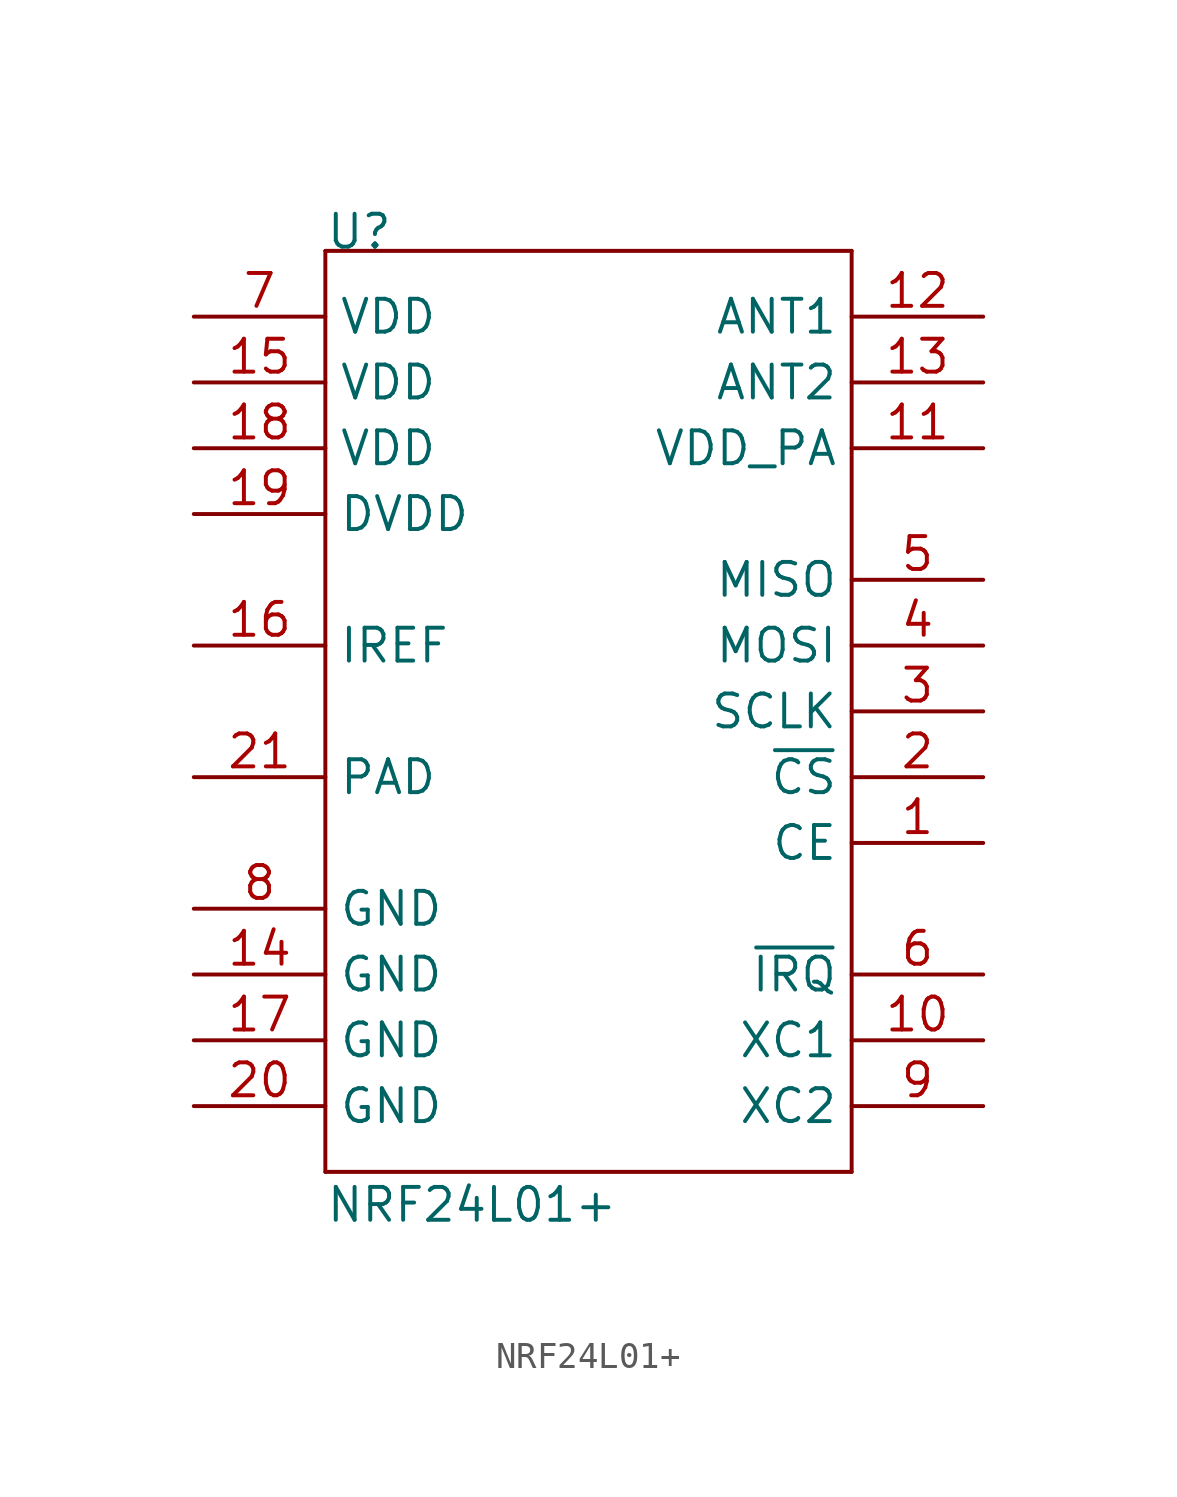
<source format=kicad_sym>
(kicad_symbol_lib
  (version 20211014)
  (generator kicad_symbol_editor)
  (symbol "NRF24L01+"
    (property "Reference" "U"
      (at 5.08 2.54 0)
      (effects (font (size 1.27 1.27)) (justify left bottom)))
    (property "Value" "NRF24L01+"
      (at 5.08 -34.29 0)
      (effects (font (size 1.27 1.27)) (justify left)))
    (symbol "NRF24L01+_0_1"
      (polyline (pts (xy 5.08 -33.02) (xy 25.4 -33.02)) (stroke (width 0.152) (type default) (color 0 0 0 0)) (fill (type none)))
      (polyline (pts (xy 5.08 2.54) (xy 5.08 -33.02)) (stroke (width 0.152) (type default) (color 0 0 0 0)) (fill (type none)))
      (polyline (pts (xy 5.08 2.54) (xy 25.4 2.54)) (stroke (width 0.152) (type default) (color 0 0 0 0)) (fill (type none)))
      (polyline (pts (xy 25.4 2.54) (xy 25.4 -33.02)) (stroke (width 0.152) (type default) (color 0 0 0 0)) (fill (type none))))
    (symbol "NRF24L01+_1_1"
      (pin input line (at 30.48 -20.32 180) (length 5.08) (name "CE" (effects (font (size 1.27 1.27)))) (number "1" (effects (font (size 1.27 1.27)))))
      (pin input line (at 30.48 -27.94 180) (length 5.08) (name "XC1" (effects (font (size 1.27 1.27)))) (number "10" (effects (font (size 1.27 1.27)))))
      (pin power_out line (at 30.48 -5.08 180) (length 5.08) (name "VDD_PA" (effects (font (size 1.27 1.27)))) (number "11" (effects (font (size 1.27 1.27)))))
      (pin bidirectional line (at 30.48 0 180) (length 5.08) (name "ANT1" (effects (font (size 1.27 1.27)))) (number "12" (effects (font (size 1.27 1.27)))))
      (pin bidirectional line (at 30.48 -2.54 180) (length 5.08) (name "ANT2" (effects (font (size 1.27 1.27)))) (number "13" (effects (font (size 1.27 1.27)))))
      (pin power_in line (at 0 -25.4 0) (length 5.08) (name "GND" (effects (font (size 1.27 1.27)))) (number "14" (effects (font (size 1.27 1.27)))))
      (pin power_in line (at 0 -2.54 0) (length 5.08) (name "VDD" (effects (font (size 1.27 1.27)))) (number "15" (effects (font (size 1.27 1.27)))))
      (pin input line (at 0 -12.7 0) (length 5.08) (name "IREF" (effects (font (size 1.27 1.27)))) (number "16" (effects (font (size 1.27 1.27)))))
      (pin power_in line (at 0 -27.94 0) (length 5.08) (name "GND" (effects (font (size 1.27 1.27)))) (number "17" (effects (font (size 1.27 1.27)))))
      (pin power_in line (at 0 -5.08 0) (length 5.08) (name "VDD" (effects (font (size 1.27 1.27)))) (number "18" (effects (font (size 1.27 1.27)))))
      (pin power_in line (at 0 -7.62 0) (length 5.08) (name "DVDD" (effects (font (size 1.27 1.27)))) (number "19" (effects (font (size 1.27 1.27)))))
      (pin input line (at 30.48 -17.78 180) (length 5.08) (name "~{CS}" (effects (font (size 1.27 1.27)))) (number "2" (effects (font (size 1.27 1.27)))))
      (pin power_in line (at 0 -30.48 0) (length 5.08) (name "GND" (effects (font (size 1.27 1.27)))) (number "20" (effects (font (size 1.27 1.27)))))
      (pin passive line (at 0 -17.78 0) (length 5.08) (name "PAD" (effects (font (size 1.27 1.27)))) (number "21" (effects (font (size 1.27 1.27)))))
      (pin input line (at 30.48 -15.24 180) (length 5.08) (name "SCLK" (effects (font (size 1.27 1.27)))) (number "3" (effects (font (size 1.27 1.27)))))
      (pin input line (at 30.48 -12.7 180) (length 5.08) (name "MOSI" (effects (font (size 1.27 1.27)))) (number "4" (effects (font (size 1.27 1.27)))))
      (pin output line (at 30.48 -10.16 180) (length 5.08) (name "MISO" (effects (font (size 1.27 1.27)))) (number "5" (effects (font (size 1.27 1.27)))))
      (pin output line (at 30.48 -25.4 180) (length 5.08) (name "~{IRQ}" (effects (font (size 1.27 1.27)))) (number "6" (effects (font (size 1.27 1.27)))))
      (pin power_in line (at 0 0 0) (length 5.08) (name "VDD" (effects (font (size 1.27 1.27)))) (number "7" (effects (font (size 1.27 1.27)))))
      (pin power_in line (at 0 -22.86 0) (length 5.08) (name "GND" (effects (font (size 1.27 1.27)))) (number "8" (effects (font (size 1.27 1.27)))))
      (pin output line (at 30.48 -30.48 180) (length 5.08) (name "XC2" (effects (font (size 1.27 1.27)))) (number "9" (effects (font (size 1.27 1.27))))))))
</source>
